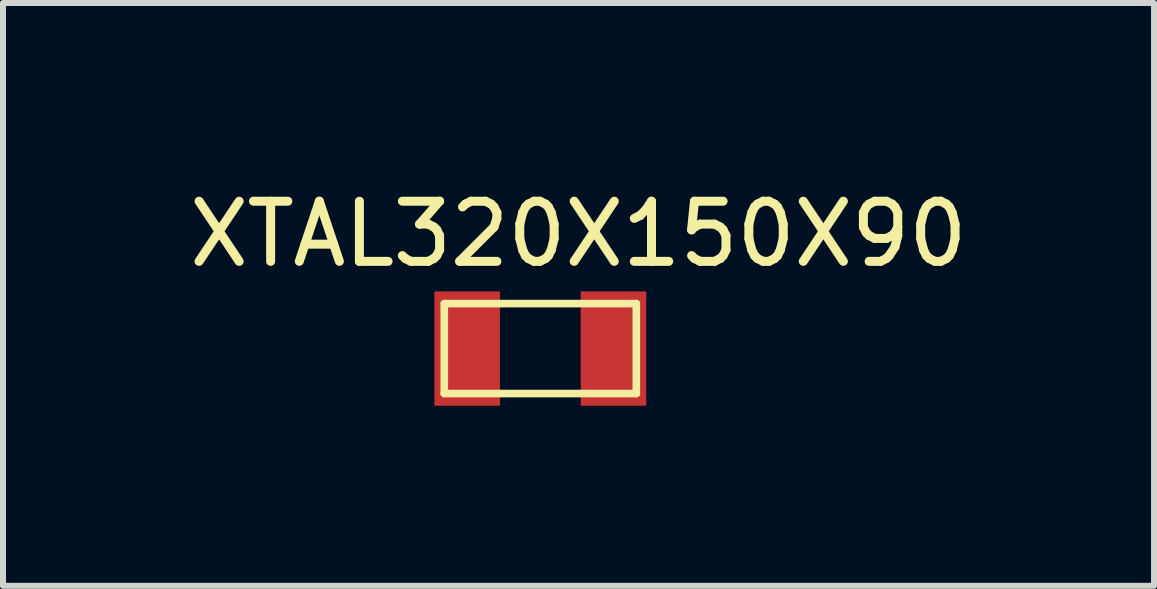
<source format=kicad_pcb>
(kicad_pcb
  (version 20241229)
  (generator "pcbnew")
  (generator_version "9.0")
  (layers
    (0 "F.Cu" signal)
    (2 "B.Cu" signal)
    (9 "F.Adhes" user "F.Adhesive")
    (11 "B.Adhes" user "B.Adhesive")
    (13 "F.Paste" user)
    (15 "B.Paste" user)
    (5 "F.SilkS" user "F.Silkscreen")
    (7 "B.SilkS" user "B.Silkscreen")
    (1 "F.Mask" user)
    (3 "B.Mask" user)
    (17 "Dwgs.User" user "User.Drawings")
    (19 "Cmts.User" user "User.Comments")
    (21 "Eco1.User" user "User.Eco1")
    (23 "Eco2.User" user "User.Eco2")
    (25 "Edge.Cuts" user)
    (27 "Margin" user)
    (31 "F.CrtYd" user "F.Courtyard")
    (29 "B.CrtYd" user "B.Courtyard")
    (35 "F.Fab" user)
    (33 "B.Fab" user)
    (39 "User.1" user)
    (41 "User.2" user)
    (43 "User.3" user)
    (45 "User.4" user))
  (footprint "XTAL320X150X90"
    (layer "F.Cu")
    (at 5.953 2.758)
    (property "Reference" "XTAL320X150X90" (at 0.636 -1.909 0) (layer "F.SilkS") (effects (font (size 1.002 1.002) (thickness 0.15))))
    (attr smd)
    (fp_line (start -1.6 -0.749) (end 1.6 -0.749) (stroke (width 0.127) (type solid)) (layer "F.SilkS"))
    (fp_line (start -1.6 0.749) (end -1.6 -0.749) (stroke (width 0.127) (type solid)) (layer "F.SilkS"))
    (fp_line (start 1.6 -0.749) (end 1.6 0.749) (stroke (width 0.127) (type solid)) (layer "F.SilkS"))
    (fp_line (start 1.6 0.749) (end -1.6 0.749) (stroke (width 0.127) (type solid)) (layer "F.SilkS"))
    (pad "1" smd rect (at -1.219 0) (size 1.092 1.905) (layers "F.Cu" "F.Mask" "F.Paste"))
    (pad "2" smd rect (at 1.219 0) (size 1.092 1.905) (layers "F.Cu" "F.Mask" "F.Paste")))
  (gr_rect
    (start -3 -3)
    (end 16.179 6.711)
    (stroke (width 0.1) (type default))
    (fill no)
    (layer "Edge.Cuts")))
</source>
